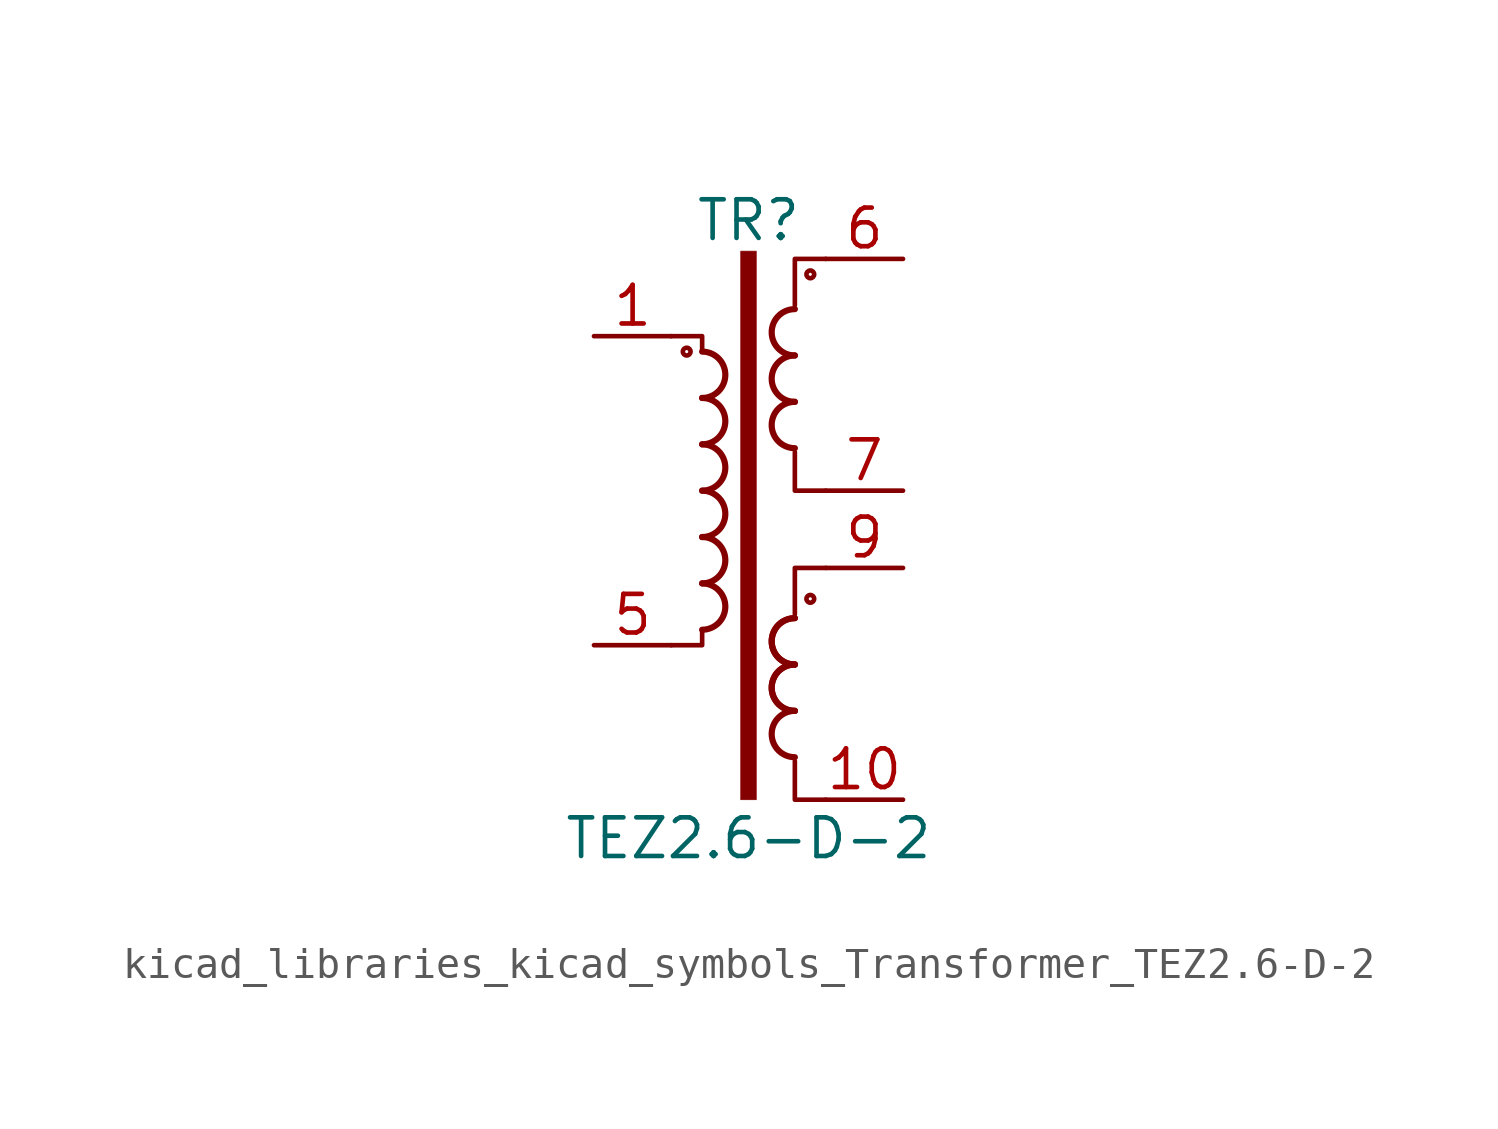
<source format=kicad_sym>
(kicad_symbol_lib
  (version 20220914)
  (generator kicad_symbol_editor)
  (symbol "kicad_libraries_kicad_symbols_Transformer_TEZ2.6-D-2"
    (pin_names
      (offset 0.025))
    (property "Reference" "TR"
      (at 0 8.89 0)
      (effects (font (size 1.27 1.27))))
    (property "Value" "TEZ2.6-D-2"
      (at 0 -11.43 0)
      (effects (font (size 1.27 1.27))))
    (symbol "kicad_libraries_kicad_symbols_Transformer_TEZ2.6-D-2_0_1"
      (circle (center -2.032 4.572) (radius 0.127) (stroke (width 0) (type default)) (fill (type none)))
      (arc (start -1.524 -4.572) (mid -0.7653 -3.81) (end -1.524 -3.048) (stroke (width 0.2032) (type default)) (fill (type none)))
      (arc (start -1.524 -3.048) (mid -0.7653 -2.286) (end -1.524 -1.524) (stroke (width 0.2032) (type default)) (fill (type none)))
      (arc (start -1.524 -1.524) (mid -0.7653 -0.762) (end -1.524 0) (stroke (width 0.2032) (type default)) (fill (type none)))
      (arc (start -1.524 0) (mid -0.7653 0.762) (end -1.524 1.524) (stroke (width 0.2032) (type default)) (fill (type none)))
      (arc (start -1.524 1.524) (mid -0.7653 2.286) (end -1.524 3.048) (stroke (width 0.2032) (type default)) (fill (type none)))
      (arc (start -1.524 3.048) (mid -0.7653 3.81) (end -1.524 4.572) (stroke (width 0.2032) (type default)) (fill (type none)))
      (rectangle (start -0.254 7.874) (end 0.254 -10.16) (stroke (width 0.025) (type default)) (fill (type outline)))
      (polyline (pts (xy -1.524 -4.572) (xy -1.524 -5.08) (xy -2.54 -5.08)) (stroke (width 0) (type default)) (fill (type none)))
      (polyline (pts (xy -1.524 4.572) (xy -1.524 5.08) (xy -2.54 5.08)) (stroke (width 0) (type default)) (fill (type none)))
      (polyline (pts (xy 1.524 -8.89) (xy 1.524 -10.16) (xy 2.54 -10.16)) (stroke (width 0) (type default)) (fill (type none)))
      (polyline (pts (xy 2.54 -2.54) (xy 1.524 -2.54) (xy 1.524 -4.064)) (stroke (width 0) (type default)) (fill (type none)))
      (polyline (pts (xy 2.54 0) (xy 1.524 0) (xy 1.524 1.27)) (stroke (width 0) (type default)) (fill (type none)))
      (polyline (pts (xy 2.54 7.62) (xy 1.524 7.62) (xy 1.524 6.096)) (stroke (width 0) (type default)) (fill (type none)))
      (arc (start 1.524 -7.239) (mid 0.7653 -8.001) (end 1.524 -8.763) (stroke (width 0.2032) (type default)) (fill (type none)))
      (arc (start 1.524 -5.715) (mid 0.7653 -6.477) (end 1.524 -7.239) (stroke (width 0.2032) (type default)) (fill (type none)))
      (arc (start 1.524 -5.715) (mid 0.7653 -6.477) (end 1.524 -7.239) (stroke (width 0.2032) (type default)) (fill (type none)))
      (arc (start 1.524 -4.191) (mid 0.7653 -4.953) (end 1.524 -5.715) (stroke (width 0.2032) (type default)) (fill (type none)))
      (arc (start 1.524 -4.191) (mid 0.7653 -4.953) (end 1.524 -5.715) (stroke (width 0.2032) (type default)) (fill (type none)))
      (arc (start 1.524 2.921) (mid 0.7653 2.159) (end 1.524 1.397) (stroke (width 0.2032) (type default)) (fill (type none)))
      (arc (start 1.524 4.445) (mid 0.7653 3.683) (end 1.524 2.921) (stroke (width 0.2032) (type default)) (fill (type none)))
      (arc (start 1.524 5.969) (mid 0.7653 5.207) (end 1.524 4.445) (stroke (width 0.2032) (type default)) (fill (type none)))
      (circle (center 2.032 -3.556) (radius 0.127) (stroke (width 0) (type default)) (fill (type none)))
      (circle (center 2.032 7.112) (radius 0.127) (stroke (width 0) (type default)) (fill (type none))))
    (symbol "kicad_libraries_kicad_symbols_Transformer_TEZ2.6-D-2_1_1"
      (pin passive line (at -5.08 5.08 0) (length 2.54) (name "~" (effects (font (size 1.27 1.27)))) (number "1" (effects (font (size 1.27 1.27)))))
      (pin passive line (at 5.08 -10.16 180) (length 2.54) (name "~" (effects (font (size 1.27 1.27)))) (number "10" (effects (font (size 1.27 1.27)))))
      (pin passive line (at -5.08 -5.08 0) (length 2.54) (name "~" (effects (font (size 1.27 1.27)))) (number "5" (effects (font (size 1.27 1.27)))))
      (pin passive line (at 5.08 7.62 180) (length 2.54) (name "~" (effects (font (size 1.27 1.27)))) (number "6" (effects (font (size 1.27 1.27)))))
      (pin passive line (at 5.08 0 180) (length 2.54) (name "~" (effects (font (size 1.27 1.27)))) (number "7" (effects (font (size 1.27 1.27)))))
      (pin passive line (at 5.08 -2.54 180) (length 2.54) (name "~" (effects (font (size 1.27 1.27)))) (number "9" (effects (font (size 1.27 1.27))))))))
</source>
